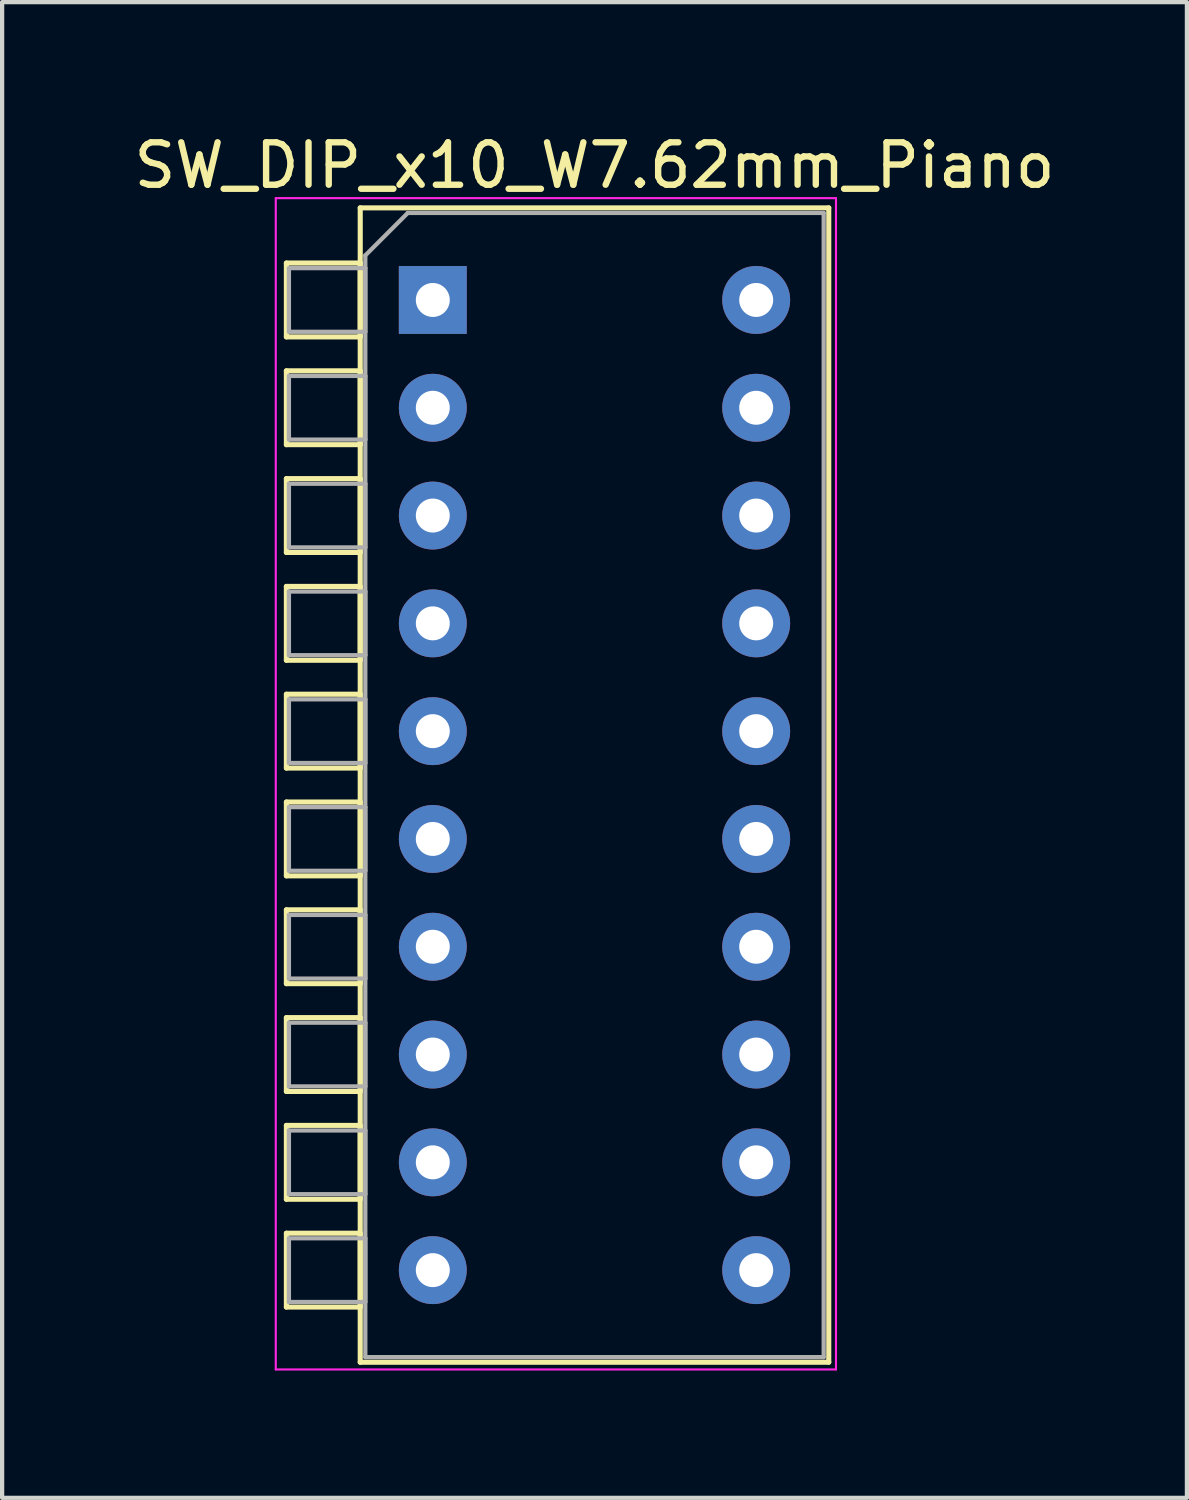
<source format=kicad_pcb>
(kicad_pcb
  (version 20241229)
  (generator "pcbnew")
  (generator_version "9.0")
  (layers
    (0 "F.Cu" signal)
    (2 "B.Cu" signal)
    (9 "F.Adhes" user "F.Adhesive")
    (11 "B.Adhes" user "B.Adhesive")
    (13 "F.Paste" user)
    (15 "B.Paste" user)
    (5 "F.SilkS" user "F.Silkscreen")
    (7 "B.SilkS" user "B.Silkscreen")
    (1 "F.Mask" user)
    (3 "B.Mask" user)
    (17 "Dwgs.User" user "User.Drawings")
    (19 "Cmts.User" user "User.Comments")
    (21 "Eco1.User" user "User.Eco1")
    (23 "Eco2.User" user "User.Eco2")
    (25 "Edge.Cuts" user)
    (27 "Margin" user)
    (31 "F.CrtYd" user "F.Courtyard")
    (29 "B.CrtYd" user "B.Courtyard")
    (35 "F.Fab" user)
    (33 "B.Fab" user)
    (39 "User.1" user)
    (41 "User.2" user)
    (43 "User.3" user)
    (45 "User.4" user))
  (footprint "SW_DIP_x10_W7.62mm_Piano"
    (layer "F.Cu")
    (at 7.148 4.018)
    (property "Reference" "SW_DIP_x10_W7.62mm_Piano" (at 3.81 -3.17 0) (layer "F.SilkS") (effects (font (size 1 1) (thickness 0.15))))
    (attr through_hole)
    (fp_line (start -3.45 -0.87) (end -3.45 0.87) (stroke (width 0.12) (type solid)) (layer "F.SilkS"))
    (fp_line (start -3.45 0.87) (end -1.71 0.87) (stroke (width 0.12) (type solid)) (layer "F.SilkS"))
    (fp_line (start -3.45 1.67) (end -3.45 3.41) (stroke (width 0.12) (type solid)) (layer "F.SilkS"))
    (fp_line (start -3.45 3.41) (end -1.71 3.41) (stroke (width 0.12) (type solid)) (layer "F.SilkS"))
    (fp_line (start -3.45 4.21) (end -3.45 5.95) (stroke (width 0.12) (type solid)) (layer "F.SilkS"))
    (fp_line (start -3.45 5.95) (end -1.71 5.95) (stroke (width 0.12) (type solid)) (layer "F.SilkS"))
    (fp_line (start -3.45 6.75) (end -3.45 8.49) (stroke (width 0.12) (type solid)) (layer "F.SilkS"))
    (fp_line (start -3.45 8.49) (end -1.71 8.49) (stroke (width 0.12) (type solid)) (layer "F.SilkS"))
    (fp_line (start -3.45 9.29) (end -3.45 11.03) (stroke (width 0.12) (type solid)) (layer "F.SilkS"))
    (fp_line (start -3.45 11.03) (end -1.71 11.03) (stroke (width 0.12) (type solid)) (layer "F.SilkS"))
    (fp_line (start -3.45 11.83) (end -3.45 13.57) (stroke (width 0.12) (type solid)) (layer "F.SilkS"))
    (fp_line (start -3.45 13.57) (end -1.71 13.57) (stroke (width 0.12) (type solid)) (layer "F.SilkS"))
    (fp_line (start -3.45 14.37) (end -3.45 16.11) (stroke (width 0.12) (type solid)) (layer "F.SilkS"))
    (fp_line (start -3.45 16.11) (end -1.71 16.11) (stroke (width 0.12) (type solid)) (layer "F.SilkS"))
    (fp_line (start -3.45 16.91) (end -3.45 18.65) (stroke (width 0.12) (type solid)) (layer "F.SilkS"))
    (fp_line (start -3.45 18.65) (end -1.71 18.65) (stroke (width 0.12) (type solid)) (layer "F.SilkS"))
    (fp_line (start -3.45 19.45) (end -3.45 21.19) (stroke (width 0.12) (type solid)) (layer "F.SilkS"))
    (fp_line (start -3.45 21.19) (end -1.71 21.19) (stroke (width 0.12) (type solid)) (layer "F.SilkS"))
    (fp_line (start -3.45 21.99) (end -3.45 23.73) (stroke (width 0.12) (type solid)) (layer "F.SilkS"))
    (fp_line (start -3.45 23.73) (end -1.71 23.73) (stroke (width 0.12) (type solid)) (layer "F.SilkS"))
    (fp_line (start -1.71 -2.17) (end 9.33 -2.17) (stroke (width 0.12) (type solid)) (layer "F.SilkS"))
    (fp_line (start -1.71 -0.87) (end -3.45 -0.87) (stroke (width 0.12) (type solid)) (layer "F.SilkS"))
    (fp_line (start -1.71 0.87) (end -1.71 -0.87) (stroke (width 0.12) (type solid)) (layer "F.SilkS"))
    (fp_line (start -1.71 1.67) (end -3.45 1.67) (stroke (width 0.12) (type solid)) (layer "F.SilkS"))
    (fp_line (start -1.71 3.41) (end -1.71 1.67) (stroke (width 0.12) (type solid)) (layer "F.SilkS"))
    (fp_line (start -1.71 4.21) (end -3.45 4.21) (stroke (width 0.12) (type solid)) (layer "F.SilkS"))
    (fp_line (start -1.71 5.95) (end -1.71 4.21) (stroke (width 0.12) (type solid)) (layer "F.SilkS"))
    (fp_line (start -1.71 6.75) (end -3.45 6.75) (stroke (width 0.12) (type solid)) (layer "F.SilkS"))
    (fp_line (start -1.71 8.49) (end -1.71 6.75) (stroke (width 0.12) (type solid)) (layer "F.SilkS"))
    (fp_line (start -1.71 9.29) (end -3.45 9.29) (stroke (width 0.12) (type solid)) (layer "F.SilkS"))
    (fp_line (start -1.71 11.03) (end -1.71 9.29) (stroke (width 0.12) (type solid)) (layer "F.SilkS"))
    (fp_line (start -1.71 11.83) (end -3.45 11.83) (stroke (width 0.12) (type solid)) (layer "F.SilkS"))
    (fp_line (start -1.71 13.57) (end -1.71 11.83) (stroke (width 0.12) (type solid)) (layer "F.SilkS"))
    (fp_line (start -1.71 14.37) (end -3.45 14.37) (stroke (width 0.12) (type solid)) (layer "F.SilkS"))
    (fp_line (start -1.71 16.11) (end -1.71 14.37) (stroke (width 0.12) (type solid)) (layer "F.SilkS"))
    (fp_line (start -1.71 16.91) (end -3.45 16.91) (stroke (width 0.12) (type solid)) (layer "F.SilkS"))
    (fp_line (start -1.71 18.65) (end -1.71 16.91) (stroke (width 0.12) (type solid)) (layer "F.SilkS"))
    (fp_line (start -1.71 19.45) (end -3.45 19.45) (stroke (width 0.12) (type solid)) (layer "F.SilkS"))
    (fp_line (start -1.71 21.19) (end -1.71 19.45) (stroke (width 0.12) (type solid)) (layer "F.SilkS"))
    (fp_line (start -1.71 21.99) (end -3.45 21.99) (stroke (width 0.12) (type solid)) (layer "F.SilkS"))
    (fp_line (start -1.71 23.73) (end -1.71 21.99) (stroke (width 0.12) (type solid)) (layer "F.SilkS"))
    (fp_line (start -1.71 25.03) (end -1.71 -2.17) (stroke (width 0.12) (type solid)) (layer "F.SilkS"))
    (fp_line (start 9.33 -2.17) (end 9.33 25.03) (stroke (width 0.12) (type solid)) (layer "F.SilkS"))
    (fp_line (start 9.33 25.03) (end -1.71 25.03) (stroke (width 0.12) (type solid)) (layer "F.SilkS"))
    (fp_line (start -3.7 -2.4) (end -3.7 25.2) (stroke (width 0.05) (type solid)) (layer "F.CrtYd"))
    (fp_line (start -3.7 25.2) (end 9.5 25.2) (stroke (width 0.05) (type solid)) (layer "F.CrtYd"))
    (fp_line (start 9.5 -2.4) (end -3.7 -2.4) (stroke (width 0.05) (type solid)) (layer "F.CrtYd"))
    (fp_line (start 9.5 25.2) (end 9.5 -2.4) (stroke (width 0.05) (type solid)) (layer "F.CrtYd"))
    (fp_line (start -3.39 -0.75) (end -1.59 -0.75) (stroke (width 0.1) (type solid)) (layer "F.Fab"))
    (fp_line (start -3.39 0.75) (end -3.39 -0.75) (stroke (width 0.1) (type solid)) (layer "F.Fab"))
    (fp_line (start -3.39 1.79) (end -1.59 1.79) (stroke (width 0.1) (type solid)) (layer "F.Fab"))
    (fp_line (start -3.39 3.29) (end -3.39 1.79) (stroke (width 0.1) (type solid)) (layer "F.Fab"))
    (fp_line (start -3.39 4.33) (end -1.59 4.33) (stroke (width 0.1) (type solid)) (layer "F.Fab"))
    (fp_line (start -3.39 5.83) (end -3.39 4.33) (stroke (width 0.1) (type solid)) (layer "F.Fab"))
    (fp_line (start -3.39 6.87) (end -1.59 6.87) (stroke (width 0.1) (type solid)) (layer "F.Fab"))
    (fp_line (start -3.39 8.37) (end -3.39 6.87) (stroke (width 0.1) (type solid)) (layer "F.Fab"))
    (fp_line (start -3.39 9.41) (end -1.59 9.41) (stroke (width 0.1) (type solid)) (layer "F.Fab"))
    (fp_line (start -3.39 10.91) (end -3.39 9.41) (stroke (width 0.1) (type solid)) (layer "F.Fab"))
    (fp_line (start -3.39 11.95) (end -1.59 11.95) (stroke (width 0.1) (type solid)) (layer "F.Fab"))
    (fp_line (start -3.39 13.45) (end -3.39 11.95) (stroke (width 0.1) (type solid)) (layer "F.Fab"))
    (fp_line (start -3.39 14.49) (end -1.59 14.49) (stroke (width 0.1) (type solid)) (layer "F.Fab"))
    (fp_line (start -3.39 15.99) (end -3.39 14.49) (stroke (width 0.1) (type solid)) (layer "F.Fab"))
    (fp_line (start -3.39 17.03) (end -1.59 17.03) (stroke (width 0.1) (type solid)) (layer "F.Fab"))
    (fp_line (start -3.39 18.53) (end -3.39 17.03) (stroke (width 0.1) (type solid)) (layer "F.Fab"))
    (fp_line (start -3.39 19.57) (end -1.59 19.57) (stroke (width 0.1) (type solid)) (layer "F.Fab"))
    (fp_line (start -3.39 21.07) (end -3.39 19.57) (stroke (width 0.1) (type solid)) (layer "F.Fab"))
    (fp_line (start -3.39 22.11) (end -1.59 22.11) (stroke (width 0.1) (type solid)) (layer "F.Fab"))
    (fp_line (start -3.39 23.61) (end -3.39 22.11) (stroke (width 0.1) (type solid)) (layer "F.Fab"))
    (fp_line (start -1.59 -1.05) (end -0.59 -2.05) (stroke (width 0.1) (type solid)) (layer "F.Fab"))
    (fp_line (start -1.59 -0.75) (end -1.59 0.75) (stroke (width 0.1) (type solid)) (layer "F.Fab"))
    (fp_line (start -1.59 0.75) (end -3.39 0.75) (stroke (width 0.1) (type solid)) (layer "F.Fab"))
    (fp_line (start -1.59 1.79) (end -1.59 3.29) (stroke (width 0.1) (type solid)) (layer "F.Fab"))
    (fp_line (start -1.59 3.29) (end -3.39 3.29) (stroke (width 0.1) (type solid)) (layer "F.Fab"))
    (fp_line (start -1.59 4.33) (end -1.59 5.83) (stroke (width 0.1) (type solid)) (layer "F.Fab"))
    (fp_line (start -1.59 5.83) (end -3.39 5.83) (stroke (width 0.1) (type solid)) (layer "F.Fab"))
    (fp_line (start -1.59 6.87) (end -1.59 8.37) (stroke (width 0.1) (type solid)) (layer "F.Fab"))
    (fp_line (start -1.59 8.37) (end -3.39 8.37) (stroke (width 0.1) (type solid)) (layer "F.Fab"))
    (fp_line (start -1.59 9.41) (end -1.59 10.91) (stroke (width 0.1) (type solid)) (layer "F.Fab"))
    (fp_line (start -1.59 10.91) (end -3.39 10.91) (stroke (width 0.1) (type solid)) (layer "F.Fab"))
    (fp_line (start -1.59 11.95) (end -1.59 13.45) (stroke (width 0.1) (type solid)) (layer "F.Fab"))
    (fp_line (start -1.59 13.45) (end -3.39 13.45) (stroke (width 0.1) (type solid)) (layer "F.Fab"))
    (fp_line (start -1.59 14.49) (end -1.59 15.99) (stroke (width 0.1) (type solid)) (layer "F.Fab"))
    (fp_line (start -1.59 15.99) (end -3.39 15.99) (stroke (width 0.1) (type solid)) (layer "F.Fab"))
    (fp_line (start -1.59 17.03) (end -1.59 18.53) (stroke (width 0.1) (type solid)) (layer "F.Fab"))
    (fp_line (start -1.59 18.53) (end -3.39 18.53) (stroke (width 0.1) (type solid)) (layer "F.Fab"))
    (fp_line (start -1.59 19.57) (end -1.59 21.07) (stroke (width 0.1) (type solid)) (layer "F.Fab"))
    (fp_line (start -1.59 21.07) (end -3.39 21.07) (stroke (width 0.1) (type solid)) (layer "F.Fab"))
    (fp_line (start -1.59 22.11) (end -1.59 23.61) (stroke (width 0.1) (type solid)) (layer "F.Fab"))
    (fp_line (start -1.59 23.61) (end -3.39 23.61) (stroke (width 0.1) (type solid)) (layer "F.Fab"))
    (fp_line (start -1.59 24.91) (end -1.59 -1.05) (stroke (width 0.1) (type solid)) (layer "F.Fab"))
    (fp_line (start -0.59 -2.05) (end 9.21 -2.05) (stroke (width 0.1) (type solid)) (layer "F.Fab"))
    (fp_line (start 9.21 -2.05) (end 9.21 24.91) (stroke (width 0.1) (type solid)) (layer "F.Fab"))
    (fp_line (start 9.21 24.91) (end -1.59 24.91) (stroke (width 0.1) (type solid)) (layer "F.Fab"))
    (pad "1" thru_hole rect (at 0 0) (size 1.6 1.6) (drill 0.8) (layers "*.Cu" "*.Mask"))
    (pad "2" thru_hole oval (at 0 2.54) (size 1.6 1.6) (drill 0.8) (layers "*.Cu" "*.Mask"))
    (pad "3" thru_hole oval (at 0 5.08) (size 1.6 1.6) (drill 0.8) (layers "*.Cu" "*.Mask"))
    (pad "4" thru_hole oval (at 0 7.62) (size 1.6 1.6) (drill 0.8) (layers "*.Cu" "*.Mask"))
    (pad "5" thru_hole oval (at 0 10.16) (size 1.6 1.6) (drill 0.8) (layers "*.Cu" "*.Mask"))
    (pad "6" thru_hole oval (at 0 12.7) (size 1.6 1.6) (drill 0.8) (layers "*.Cu" "*.Mask"))
    (pad "7" thru_hole oval (at 0 15.24) (size 1.6 1.6) (drill 0.8) (layers "*.Cu" "*.Mask"))
    (pad "8" thru_hole oval (at 0 17.78) (size 1.6 1.6) (drill 0.8) (layers "*.Cu" "*.Mask"))
    (pad "9" thru_hole oval (at 0 20.32) (size 1.6 1.6) (drill 0.8) (layers "*.Cu" "*.Mask"))
    (pad "10" thru_hole oval (at 0 22.86) (size 1.6 1.6) (drill 0.8) (layers "*.Cu" "*.Mask"))
    (pad "11" thru_hole oval (at 7.62 22.86) (size 1.6 1.6) (drill 0.8) (layers "*.Cu" "*.Mask"))
    (pad "12" thru_hole oval (at 7.62 20.32) (size 1.6 1.6) (drill 0.8) (layers "*.Cu" "*.Mask"))
    (pad "13" thru_hole oval (at 7.62 17.78) (size 1.6 1.6) (drill 0.8) (layers "*.Cu" "*.Mask"))
    (pad "14" thru_hole oval (at 7.62 15.24) (size 1.6 1.6) (drill 0.8) (layers "*.Cu" "*.Mask"))
    (pad "15" thru_hole oval (at 7.62 12.7) (size 1.6 1.6) (drill 0.8) (layers "*.Cu" "*.Mask"))
    (pad "16" thru_hole oval (at 7.62 10.16) (size 1.6 1.6) (drill 0.8) (layers "*.Cu" "*.Mask"))
    (pad "17" thru_hole oval (at 7.62 7.62) (size 1.6 1.6) (drill 0.8) (layers "*.Cu" "*.Mask"))
    (pad "18" thru_hole oval (at 7.62 5.08) (size 1.6 1.6) (drill 0.8) (layers "*.Cu" "*.Mask"))
    (pad "19" thru_hole oval (at 7.62 2.54) (size 1.6 1.6) (drill 0.8) (layers "*.Cu" "*.Mask"))
    (pad "20" thru_hole oval (at 7.62 0) (size 1.6 1.6) (drill 0.8) (layers "*.Cu" "*.Mask")))
  (gr_rect
    (start -3 -3)
    (end 24.917 32.243)
    (stroke (width 0.1) (type default))
    (fill no)
    (layer "Edge.Cuts")))
</source>
